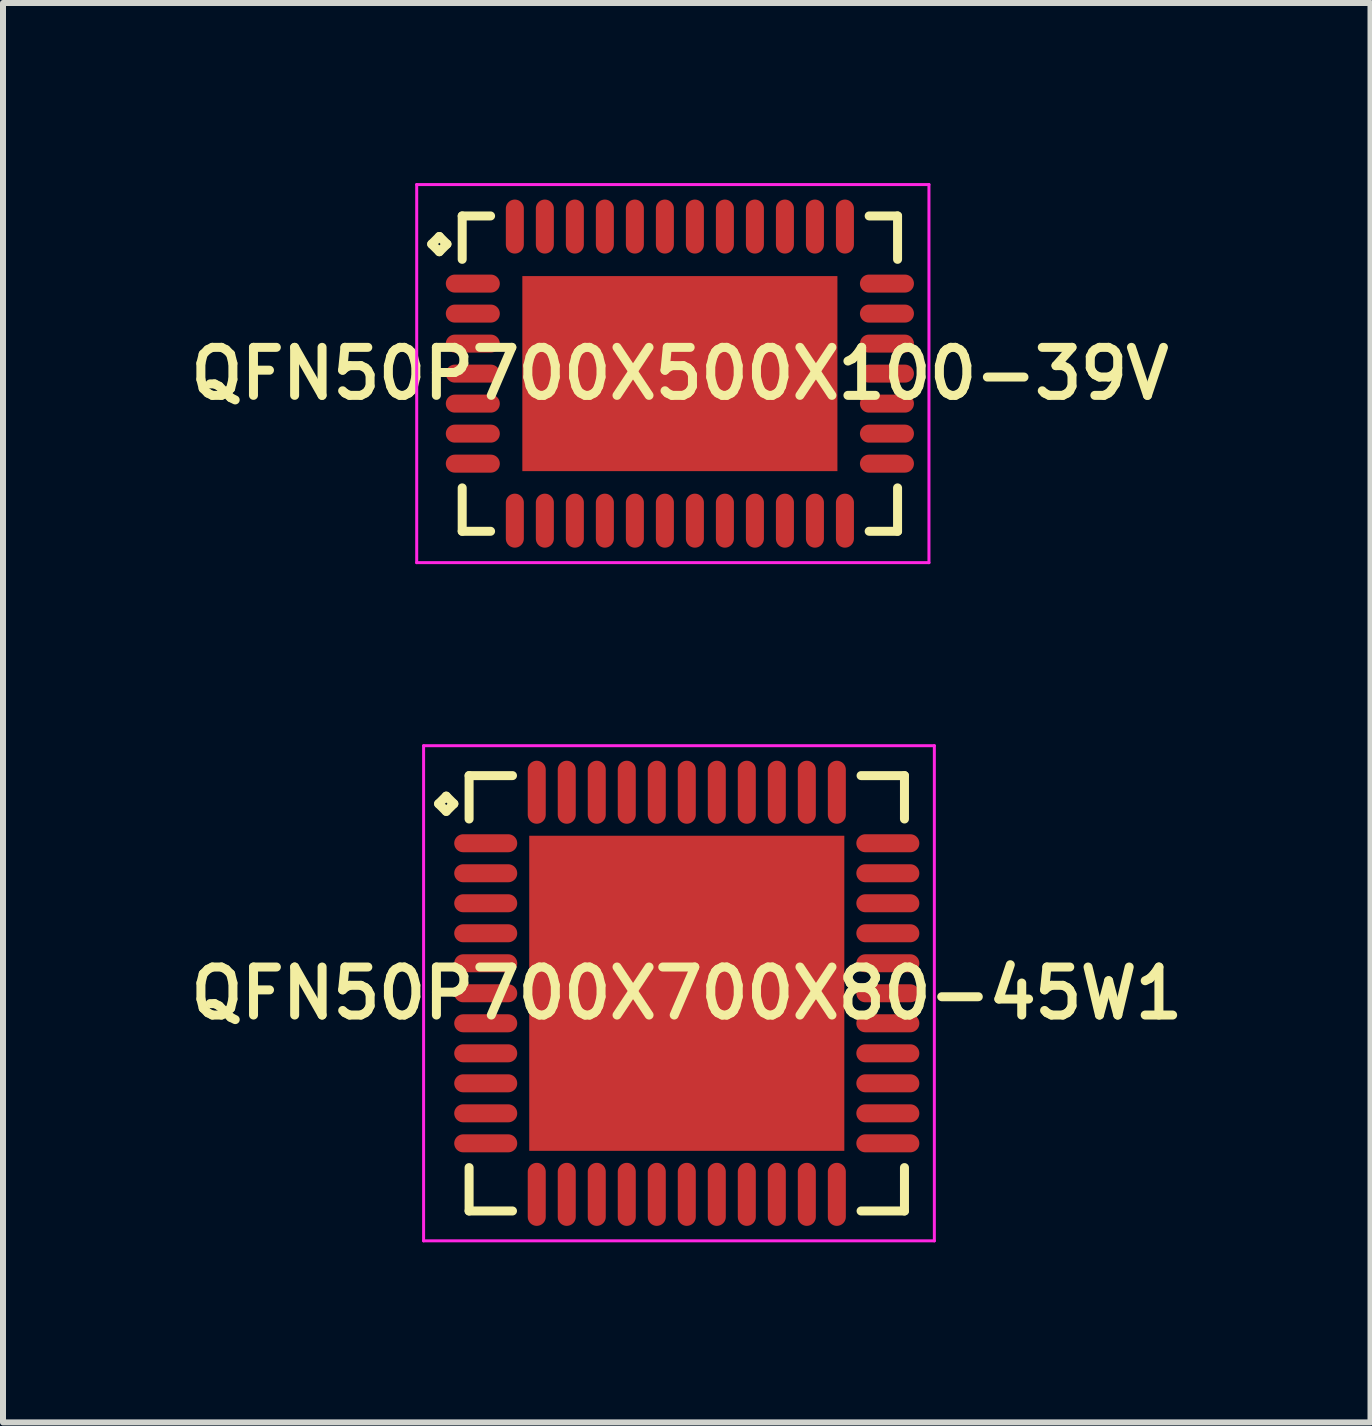
<source format=kicad_pcb>
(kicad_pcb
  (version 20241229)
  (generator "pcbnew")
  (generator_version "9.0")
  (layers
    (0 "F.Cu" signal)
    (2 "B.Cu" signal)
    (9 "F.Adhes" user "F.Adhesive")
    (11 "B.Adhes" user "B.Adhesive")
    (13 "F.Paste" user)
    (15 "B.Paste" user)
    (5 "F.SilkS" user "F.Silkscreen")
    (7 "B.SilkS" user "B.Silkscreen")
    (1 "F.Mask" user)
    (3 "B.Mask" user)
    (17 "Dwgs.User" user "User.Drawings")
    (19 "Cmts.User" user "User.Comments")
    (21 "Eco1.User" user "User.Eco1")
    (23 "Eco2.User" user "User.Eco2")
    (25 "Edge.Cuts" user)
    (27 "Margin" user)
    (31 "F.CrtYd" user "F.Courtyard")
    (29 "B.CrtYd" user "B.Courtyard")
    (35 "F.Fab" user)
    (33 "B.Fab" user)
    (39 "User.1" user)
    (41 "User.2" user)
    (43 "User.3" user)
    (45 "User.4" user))
  (footprint "QFN50P700X700X80-45W1"
    (layer "F.Cu")
    (at 8.393 13.5)
    (property "Reference" "QFN50P700X700X80-45W1" (at 0 0 0) (layer "F.SilkS") (effects (font (size 0.8 0.8) (thickness 0.15))))
    (attr smd)
    (fp_line (start -4.135 -3.158) (end -4.008 -3.285) (stroke (width 0.15) (type solid)) (layer "F.SilkS"))
    (fp_line (start -4.008 -3.285) (end -3.881 -3.158) (stroke (width 0.15) (type solid)) (layer "F.SilkS"))
    (fp_line (start -4.008 -3.031) (end -4.135 -3.158) (stroke (width 0.15) (type solid)) (layer "F.SilkS"))
    (fp_line (start -3.881 -3.158) (end -4.008 -3.031) (stroke (width 0.15) (type solid)) (layer "F.SilkS"))
    (fp_line (start -3.627 -3.627) (end -2.904 -3.627) (stroke (width 0.15) (type solid)) (layer "F.SilkS"))
    (fp_line (start -3.627 -2.904) (end -3.627 -3.627) (stroke (width 0.15) (type solid)) (layer "F.SilkS"))
    (fp_line (start -3.627 2.904) (end -3.627 3.627) (stroke (width 0.15) (type solid)) (layer "F.SilkS"))
    (fp_line (start -3.627 3.627) (end -2.904 3.627) (stroke (width 0.15) (type solid)) (layer "F.SilkS"))
    (fp_line (start 2.904 -3.627) (end 3.627 -3.627) (stroke (width 0.15) (type solid)) (layer "F.SilkS"))
    (fp_line (start 2.904 3.627) (end 3.627 3.627) (stroke (width 0.15) (type solid)) (layer "F.SilkS"))
    (fp_line (start 3.627 -3.627) (end 3.627 -2.904) (stroke (width 0.15) (type solid)) (layer "F.SilkS"))
    (fp_line (start 3.627 3.627) (end 3.627 2.904) (stroke (width 0.15) (type solid)) (layer "F.SilkS"))
    (fp_line (start -4.385 -4.125) (end 4.125 -4.125) (stroke (width 0.05) (type solid)) (layer "F.CrtYd"))
    (fp_line (start -4.385 4.125) (end -4.385 -4.125) (stroke (width 0.05) (type solid)) (layer "F.CrtYd"))
    (fp_line (start 4.125 -4.125) (end 4.125 4.125) (stroke (width 0.05) (type solid)) (layer "F.CrtYd"))
    (fp_line (start 4.125 4.125) (end -4.385 4.125) (stroke (width 0.05) (type solid)) (layer "F.CrtYd"))
    (pad "1" smd oval (at -3.35 -2.5) (size 1.05 0.3) (layers "F.Cu" "F.Mask" "F.Paste"))
    (pad "2" smd oval (at -3.35 -2) (size 1.05 0.3) (layers "F.Cu" "F.Mask" "F.Paste"))
    (pad "3" smd oval (at -3.35 -1.5) (size 1.05 0.3) (layers "F.Cu" "F.Mask" "F.Paste"))
    (pad "4" smd oval (at -3.35 -1) (size 1.05 0.3) (layers "F.Cu" "F.Mask" "F.Paste"))
    (pad "5" smd oval (at -3.35 -0.5) (size 1.05 0.3) (layers "F.Cu" "F.Mask" "F.Paste"))
    (pad "6" smd oval (at -3.35 0) (size 1.05 0.3) (layers "F.Cu" "F.Mask" "F.Paste"))
    (pad "7" smd oval (at -3.35 0.5) (size 1.05 0.3) (layers "F.Cu" "F.Mask" "F.Paste"))
    (pad "8" smd oval (at -3.35 1) (size 1.05 0.3) (layers "F.Cu" "F.Mask" "F.Paste"))
    (pad "9" smd oval (at -3.35 1.5) (size 1.05 0.3) (layers "F.Cu" "F.Mask" "F.Paste"))
    (pad "10" smd oval (at -3.35 2) (size 1.05 0.3) (layers "F.Cu" "F.Mask" "F.Paste"))
    (pad "11" smd oval (at -3.35 2.5) (size 1.05 0.3) (layers "F.Cu" "F.Mask" "F.Paste"))
    (pad "12" smd oval (at -2.5 3.35) (size 0.3 1.05) (layers "F.Cu" "F.Mask" "F.Paste"))
    (pad "13" smd oval (at -2 3.35) (size 0.3 1.05) (layers "F.Cu" "F.Mask" "F.Paste"))
    (pad "14" smd oval (at -1.5 3.35) (size 0.3 1.05) (layers "F.Cu" "F.Mask" "F.Paste"))
    (pad "15" smd oval (at -1 3.35) (size 0.3 1.05) (layers "F.Cu" "F.Mask" "F.Paste"))
    (pad "16" smd oval (at -0.5 3.35) (size 0.3 1.05) (layers "F.Cu" "F.Mask" "F.Paste"))
    (pad "17" smd oval (at 0 3.35) (size 0.3 1.05) (layers "F.Cu" "F.Mask" "F.Paste"))
    (pad "18" smd oval (at 0.5 3.35) (size 0.3 1.05) (layers "F.Cu" "F.Mask" "F.Paste"))
    (pad "19" smd oval (at 1 3.35) (size 0.3 1.05) (layers "F.Cu" "F.Mask" "F.Paste"))
    (pad "20" smd oval (at 1.5 3.35) (size 0.3 1.05) (layers "F.Cu" "F.Mask" "F.Paste"))
    (pad "21" smd oval (at 2 3.35) (size 0.3 1.05) (layers "F.Cu" "F.Mask" "F.Paste"))
    (pad "22" smd oval (at 2.5 3.35) (size 0.3 1.05) (layers "F.Cu" "F.Mask" "F.Paste"))
    (pad "23" smd oval (at 3.35 2.5) (size 1.05 0.3) (layers "F.Cu" "F.Mask" "F.Paste"))
    (pad "24" smd oval (at 3.35 2) (size 1.05 0.3) (layers "F.Cu" "F.Mask" "F.Paste"))
    (pad "25" smd oval (at 3.35 1.5) (size 1.05 0.3) (layers "F.Cu" "F.Mask" "F.Paste"))
    (pad "26" smd oval (at 3.35 1) (size 1.05 0.3) (layers "F.Cu" "F.Mask" "F.Paste"))
    (pad "27" smd oval (at 3.35 0.5) (size 1.05 0.3) (layers "F.Cu" "F.Mask" "F.Paste"))
    (pad "28" smd oval (at 3.35 0) (size 1.05 0.3) (layers "F.Cu" "F.Mask" "F.Paste"))
    (pad "29" smd oval (at 3.35 -0.5) (size 1.05 0.3) (layers "F.Cu" "F.Mask" "F.Paste"))
    (pad "30" smd oval (at 3.35 -1) (size 1.05 0.3) (layers "F.Cu" "F.Mask" "F.Paste"))
    (pad "31" smd oval (at 3.35 -1.5) (size 1.05 0.3) (layers "F.Cu" "F.Mask" "F.Paste"))
    (pad "32" smd oval (at 3.35 -2) (size 1.05 0.3) (layers "F.Cu" "F.Mask" "F.Paste"))
    (pad "33" smd oval (at 3.35 -2.5) (size 1.05 0.3) (layers "F.Cu" "F.Mask" "F.Paste"))
    (pad "34" smd oval (at 2.5 -3.35) (size 0.3 1.05) (layers "F.Cu" "F.Mask" "F.Paste"))
    (pad "35" smd oval (at 2 -3.35) (size 0.3 1.05) (layers "F.Cu" "F.Mask" "F.Paste"))
    (pad "36" smd oval (at 1.5 -3.35) (size 0.3 1.05) (layers "F.Cu" "F.Mask" "F.Paste"))
    (pad "37" smd oval (at 1 -3.35) (size 0.3 1.05) (layers "F.Cu" "F.Mask" "F.Paste"))
    (pad "38" smd oval (at 0.5 -3.35) (size 0.3 1.05) (layers "F.Cu" "F.Mask" "F.Paste"))
    (pad "39" smd oval (at 0 -3.35) (size 0.3 1.05) (layers "F.Cu" "F.Mask" "F.Paste"))
    (pad "40" smd oval (at -0.5 -3.35) (size 0.3 1.05) (layers "F.Cu" "F.Mask" "F.Paste"))
    (pad "41" smd oval (at -1 -3.35) (size 0.3 1.05) (layers "F.Cu" "F.Mask" "F.Paste"))
    (pad "42" smd oval (at -1.5 -3.35) (size 0.3 1.05) (layers "F.Cu" "F.Mask" "F.Paste"))
    (pad "43" smd oval (at -2 -3.35) (size 0.3 1.05) (layers "F.Cu" "F.Mask" "F.Paste"))
    (pad "44" smd oval (at -2.5 -3.35) (size 0.3 1.05) (layers "F.Cu" "F.Mask" "F.Paste"))
    (pad "45" smd rect (at 0 0) (size 5.25 5.25) (layers "F.Cu" "F.Mask" "F.Paste")))
  (footprint "QFN50P700X500X100-39V"
    (layer "F.Cu")
    (at 8.278 3.175)
    (property "Reference" "QFN50P700X500X100-39V" (at 0 0 0) (layer "F.SilkS") (effects (font (size 0.8 0.8) (thickness 0.15))))
    (attr smd)
    (fp_line (start -4.135 -2.158) (end -4.008 -2.285) (stroke (width 0.15) (type solid)) (layer "F.SilkS"))
    (fp_line (start -4.008 -2.285) (end -3.881 -2.158) (stroke (width 0.15) (type solid)) (layer "F.SilkS"))
    (fp_line (start -4.008 -2.031) (end -4.135 -2.158) (stroke (width 0.15) (type solid)) (layer "F.SilkS"))
    (fp_line (start -3.881 -2.158) (end -4.008 -2.031) (stroke (width 0.15) (type solid)) (layer "F.SilkS"))
    (fp_line (start -3.627 -2.627) (end -3.154 -2.627) (stroke (width 0.15) (type solid)) (layer "F.SilkS"))
    (fp_line (start -3.627 -1.904) (end -3.627 -2.627) (stroke (width 0.15) (type solid)) (layer "F.SilkS"))
    (fp_line (start -3.627 1.904) (end -3.627 2.627) (stroke (width 0.15) (type solid)) (layer "F.SilkS"))
    (fp_line (start -3.627 2.627) (end -3.154 2.627) (stroke (width 0.15) (type solid)) (layer "F.SilkS"))
    (fp_line (start 3.154 -2.627) (end 3.627 -2.627) (stroke (width 0.15) (type solid)) (layer "F.SilkS"))
    (fp_line (start 3.154 2.627) (end 3.627 2.627) (stroke (width 0.15) (type solid)) (layer "F.SilkS"))
    (fp_line (start 3.627 -2.627) (end 3.627 -1.904) (stroke (width 0.15) (type solid)) (layer "F.SilkS"))
    (fp_line (start 3.627 2.627) (end 3.627 1.904) (stroke (width 0.15) (type solid)) (layer "F.SilkS"))
    (fp_line (start -4.385 -3.15) (end 4.15 -3.15) (stroke (width 0.05) (type solid)) (layer "F.CrtYd"))
    (fp_line (start -4.385 3.15) (end -4.385 -3.15) (stroke (width 0.05) (type solid)) (layer "F.CrtYd"))
    (fp_line (start 4.15 -3.15) (end 4.15 3.15) (stroke (width 0.05) (type solid)) (layer "F.CrtYd"))
    (fp_line (start 4.15 3.15) (end -4.385 3.15) (stroke (width 0.05) (type solid)) (layer "F.CrtYd"))
    (pad "1" smd oval (at -3.45 -1.5) (size 0.9 0.3) (layers "F.Cu" "F.Mask" "F.Paste"))
    (pad "2" smd oval (at -3.45 -1) (size 0.9 0.3) (layers "F.Cu" "F.Mask" "F.Paste"))
    (pad "3" smd oval (at -3.45 -0.5) (size 0.9 0.3) (layers "F.Cu" "F.Mask" "F.Paste"))
    (pad "4" smd oval (at -3.45 0) (size 0.9 0.3) (layers "F.Cu" "F.Mask" "F.Paste"))
    (pad "5" smd oval (at -3.45 0.5) (size 0.9 0.3) (layers "F.Cu" "F.Mask" "F.Paste"))
    (pad "6" smd oval (at -3.45 1) (size 0.9 0.3) (layers "F.Cu" "F.Mask" "F.Paste"))
    (pad "7" smd oval (at -3.45 1.5) (size 0.9 0.3) (layers "F.Cu" "F.Mask" "F.Paste"))
    (pad "8" smd oval (at -2.75 2.45) (size 0.3 0.9) (layers "F.Cu" "F.Mask" "F.Paste"))
    (pad "9" smd oval (at -2.25 2.45) (size 0.3 0.9) (layers "F.Cu" "F.Mask" "F.Paste"))
    (pad "10" smd oval (at -1.75 2.45) (size 0.3 0.9) (layers "F.Cu" "F.Mask" "F.Paste"))
    (pad "11" smd oval (at -1.25 2.45) (size 0.3 0.9) (layers "F.Cu" "F.Mask" "F.Paste"))
    (pad "12" smd oval (at -0.75 2.45) (size 0.3 0.9) (layers "F.Cu" "F.Mask" "F.Paste"))
    (pad "13" smd oval (at -0.25 2.45) (size 0.3 0.9) (layers "F.Cu" "F.Mask" "F.Paste"))
    (pad "14" smd oval (at 0.25 2.45) (size 0.3 0.9) (layers "F.Cu" "F.Mask" "F.Paste"))
    (pad "15" smd oval (at 0.75 2.45) (size 0.3 0.9) (layers "F.Cu" "F.Mask" "F.Paste"))
    (pad "16" smd oval (at 1.25 2.45) (size 0.3 0.9) (layers "F.Cu" "F.Mask" "F.Paste"))
    (pad "17" smd oval (at 1.75 2.45) (size 0.3 0.9) (layers "F.Cu" "F.Mask" "F.Paste"))
    (pad "18" smd oval (at 2.25 2.45) (size 0.3 0.9) (layers "F.Cu" "F.Mask" "F.Paste"))
    (pad "19" smd oval (at 2.75 2.45) (size 0.3 0.9) (layers "F.Cu" "F.Mask" "F.Paste"))
    (pad "20" smd oval (at 3.45 1.5) (size 0.9 0.3) (layers "F.Cu" "F.Mask" "F.Paste"))
    (pad "21" smd oval (at 3.45 1) (size 0.9 0.3) (layers "F.Cu" "F.Mask" "F.Paste"))
    (pad "22" smd oval (at 3.45 0.5) (size 0.9 0.3) (layers "F.Cu" "F.Mask" "F.Paste"))
    (pad "23" smd oval (at 3.45 0) (size 0.9 0.3) (layers "F.Cu" "F.Mask" "F.Paste"))
    (pad "24" smd oval (at 3.45 -0.5) (size 0.9 0.3) (layers "F.Cu" "F.Mask" "F.Paste"))
    (pad "25" smd oval (at 3.45 -1) (size 0.9 0.3) (layers "F.Cu" "F.Mask" "F.Paste"))
    (pad "26" smd oval (at 3.45 -1.5) (size 0.9 0.3) (layers "F.Cu" "F.Mask" "F.Paste"))
    (pad "27" smd oval (at 2.75 -2.45) (size 0.3 0.9) (layers "F.Cu" "F.Mask" "F.Paste"))
    (pad "28" smd oval (at 2.25 -2.45) (size 0.3 0.9) (layers "F.Cu" "F.Mask" "F.Paste"))
    (pad "29" smd oval (at 1.75 -2.45) (size 0.3 0.9) (layers "F.Cu" "F.Mask" "F.Paste"))
    (pad "30" smd oval (at 1.25 -2.45) (size 0.3 0.9) (layers "F.Cu" "F.Mask" "F.Paste"))
    (pad "31" smd oval (at 0.75 -2.45) (size 0.3 0.9) (layers "F.Cu" "F.Mask" "F.Paste"))
    (pad "32" smd oval (at 0.25 -2.45) (size 0.3 0.9) (layers "F.Cu" "F.Mask" "F.Paste"))
    (pad "33" smd oval (at -0.25 -2.45) (size 0.3 0.9) (layers "F.Cu" "F.Mask" "F.Paste"))
    (pad "34" smd oval (at -0.75 -2.45) (size 0.3 0.9) (layers "F.Cu" "F.Mask" "F.Paste"))
    (pad "35" smd oval (at -1.25 -2.45) (size 0.3 0.9) (layers "F.Cu" "F.Mask" "F.Paste"))
    (pad "36" smd oval (at -1.75 -2.45) (size 0.3 0.9) (layers "F.Cu" "F.Mask" "F.Paste"))
    (pad "37" smd oval (at -2.25 -2.45) (size 0.3 0.9) (layers "F.Cu" "F.Mask" "F.Paste"))
    (pad "38" smd oval (at -2.75 -2.45) (size 0.3 0.9) (layers "F.Cu" "F.Mask" "F.Paste"))
    (pad "39" smd rect (at 0 0) (size 5.25 3.25) (layers "F.Cu" "F.Mask" "F.Paste")))
  (gr_rect
    (start -3 -3)
    (end 19.785 20.65)
    (stroke (width 0.1) (type default))
    (fill no)
    (layer "Edge.Cuts")))
</source>
